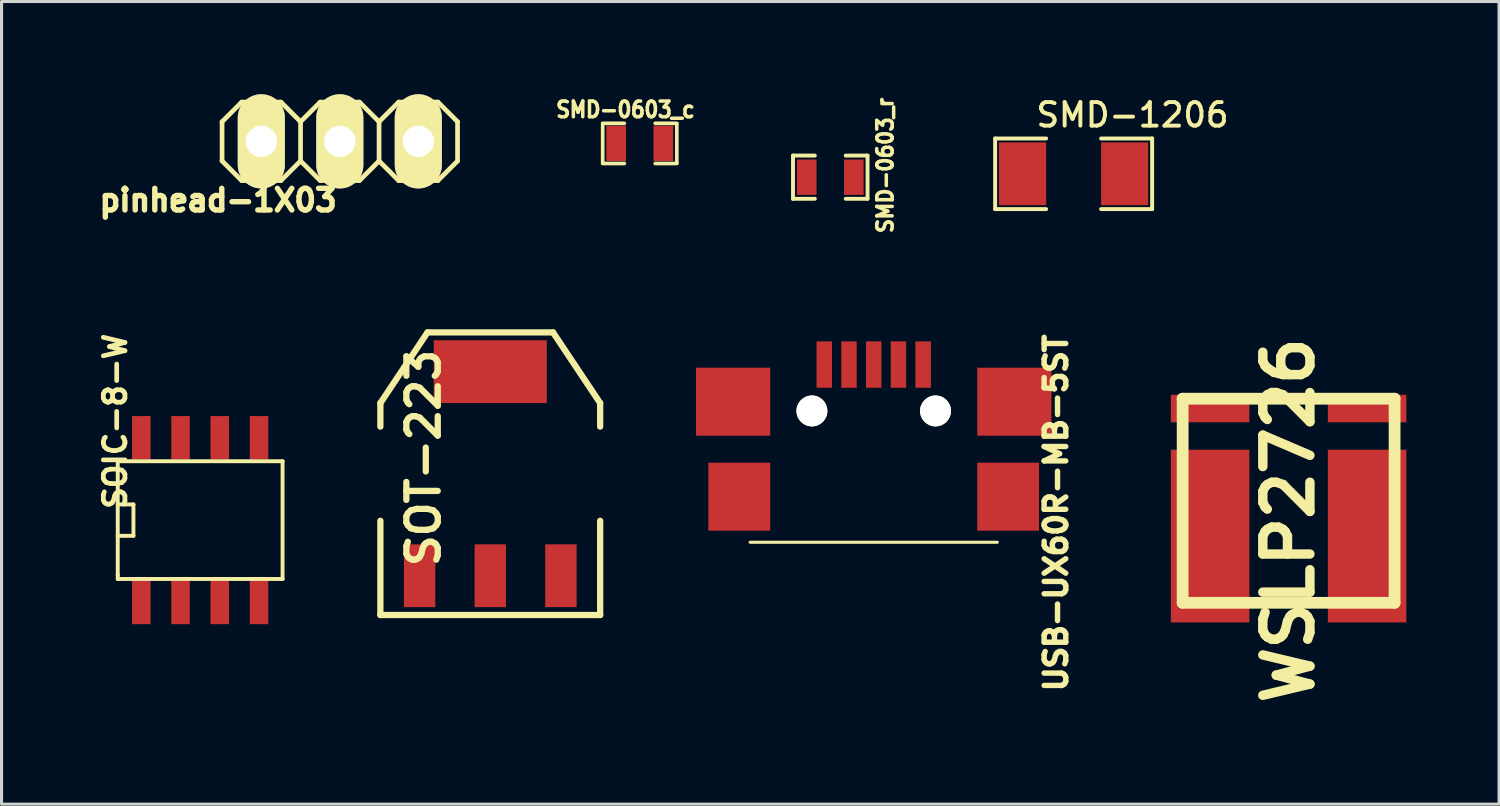
<source format=kicad_pcb>
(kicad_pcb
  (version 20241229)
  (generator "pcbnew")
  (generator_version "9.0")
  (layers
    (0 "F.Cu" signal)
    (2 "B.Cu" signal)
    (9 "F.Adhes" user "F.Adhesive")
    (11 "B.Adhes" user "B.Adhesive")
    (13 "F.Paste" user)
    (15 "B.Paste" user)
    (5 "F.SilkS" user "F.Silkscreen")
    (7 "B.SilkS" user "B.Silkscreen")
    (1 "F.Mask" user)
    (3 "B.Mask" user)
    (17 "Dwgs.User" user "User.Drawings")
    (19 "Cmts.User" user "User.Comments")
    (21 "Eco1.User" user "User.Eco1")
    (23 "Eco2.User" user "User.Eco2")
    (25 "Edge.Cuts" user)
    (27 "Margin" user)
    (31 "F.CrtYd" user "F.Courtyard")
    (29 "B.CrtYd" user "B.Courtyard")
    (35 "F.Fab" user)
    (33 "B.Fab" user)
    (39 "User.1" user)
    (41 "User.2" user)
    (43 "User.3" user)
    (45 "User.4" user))
  (footprint "SMD-1206"
    (layer "F.Cu")
    (at 31.692 2.574)
    (property "Reference" "SMD-1206" (at 1.905 -1.905 0) (layer "F.SilkS") (effects (font (size 0.762 0.762) (thickness 0.127))))
    (attr smd)
    (fp_line (start -2.54 -1.143) (end -2.54 1.143) (stroke (width 0.127) (type solid)) (layer "F.SilkS"))
    (fp_line (start -2.54 1.143) (end -0.889 1.143) (stroke (width 0.127) (type solid)) (layer "F.SilkS"))
    (fp_line (start -0.889 -1.143) (end -2.54 -1.143) (stroke (width 0.127) (type solid)) (layer "F.SilkS"))
    (fp_line (start 0.889 -1.143) (end 2.54 -1.143) (stroke (width 0.127) (type solid)) (layer "F.SilkS"))
    (fp_line (start 2.54 -1.143) (end 2.54 1.143) (stroke (width 0.127) (type solid)) (layer "F.SilkS"))
    (fp_line (start 2.54 1.143) (end 0.889 1.143) (stroke (width 0.127) (type solid)) (layer "F.SilkS"))
    (pad "1" smd rect (at -1.651 0 180) (size 1.524 2.032) (layers "F.Cu" "F.Mask" "F.Paste"))
    (pad "2" smd rect (at 1.651 0 180) (size 1.524 2.032) (layers "F.Cu" "F.Mask" "F.Paste")))
  (footprint "pinhead-1X03"
    (layer "F.Cu")
    (at 7.946 1.524)
    (property "Reference" "pinhead-1X03" (at -3.937 1.905 0) (layer "F.SilkS") (effects (font (size 0.7 0.7) (thickness 0.175))))
    (attr through_hole)
    (fp_line (start -3.81 -0.635) (end -3.81 0.635) (stroke (width 0.152) (type solid)) (layer "F.SilkS"))
    (fp_line (start -3.81 0.635) (end -3.175 1.27) (stroke (width 0.152) (type solid)) (layer "F.SilkS"))
    (fp_line (start -3.175 -1.27) (end -3.81 -0.635) (stroke (width 0.152) (type solid)) (layer "F.SilkS"))
    (fp_line (start -3.175 -1.27) (end -1.905 -1.27) (stroke (width 0.152) (type solid)) (layer "F.SilkS"))
    (fp_line (start -2.794 -0.254) (end -2.286 -0.254) (stroke (width 0.066) (type solid)) (layer "F.SilkS"))
    (fp_line (start -2.794 0.254) (end -2.794 -0.254) (stroke (width 0.066) (type solid)) (layer "F.SilkS"))
    (fp_line (start -2.794 0.254) (end -2.286 0.254) (stroke (width 0.066) (type solid)) (layer "F.SilkS"))
    (fp_line (start -2.286 0.254) (end -2.286 -0.254) (stroke (width 0.066) (type solid)) (layer "F.SilkS"))
    (fp_line (start -1.905 -1.27) (end -1.27 -0.635) (stroke (width 0.152) (type solid)) (layer "F.SilkS"))
    (fp_line (start -1.905 1.27) (end -3.175 1.27) (stroke (width 0.152) (type solid)) (layer "F.SilkS"))
    (fp_line (start -1.27 -0.635) (end -1.27 0.635) (stroke (width 0.152) (type solid)) (layer "F.SilkS"))
    (fp_line (start -1.27 -0.635) (end -0.635 -1.27) (stroke (width 0.152) (type solid)) (layer "F.SilkS"))
    (fp_line (start -1.27 0.635) (end -1.905 1.27) (stroke (width 0.152) (type solid)) (layer "F.SilkS"))
    (fp_line (start -0.635 -1.27) (end 0.635 -1.27) (stroke (width 0.152) (type solid)) (layer "F.SilkS"))
    (fp_line (start -0.635 1.27) (end -1.27 0.635) (stroke (width 0.152) (type solid)) (layer "F.SilkS"))
    (fp_line (start -0.254 -0.254) (end 0.254 -0.254) (stroke (width 0.066) (type solid)) (layer "F.SilkS"))
    (fp_line (start -0.254 0.254) (end -0.254 -0.254) (stroke (width 0.066) (type solid)) (layer "F.SilkS"))
    (fp_line (start -0.254 0.254) (end 0.254 0.254) (stroke (width 0.066) (type solid)) (layer "F.SilkS"))
    (fp_line (start 0.254 0.254) (end 0.254 -0.254) (stroke (width 0.066) (type solid)) (layer "F.SilkS"))
    (fp_line (start 0.635 -1.27) (end 1.27 -0.635) (stroke (width 0.152) (type solid)) (layer "F.SilkS"))
    (fp_line (start 0.635 1.27) (end -0.635 1.27) (stroke (width 0.152) (type solid)) (layer "F.SilkS"))
    (fp_line (start 1.27 -0.635) (end 1.27 0.635) (stroke (width 0.152) (type solid)) (layer "F.SilkS"))
    (fp_line (start 1.27 -0.635) (end 1.905 -1.27) (stroke (width 0.152) (type solid)) (layer "F.SilkS"))
    (fp_line (start 1.27 0.635) (end 0.635 1.27) (stroke (width 0.152) (type solid)) (layer "F.SilkS"))
    (fp_line (start 1.905 -1.27) (end 3.175 -1.27) (stroke (width 0.152) (type solid)) (layer "F.SilkS"))
    (fp_line (start 1.905 1.27) (end 1.27 0.635) (stroke (width 0.152) (type solid)) (layer "F.SilkS"))
    (fp_line (start 2.286 -0.254) (end 2.794 -0.254) (stroke (width 0.066) (type solid)) (layer "F.SilkS"))
    (fp_line (start 2.286 0.254) (end 2.286 -0.254) (stroke (width 0.066) (type solid)) (layer "F.SilkS"))
    (fp_line (start 2.286 0.254) (end 2.794 0.254) (stroke (width 0.066) (type solid)) (layer "F.SilkS"))
    (fp_line (start 2.794 0.254) (end 2.794 -0.254) (stroke (width 0.066) (type solid)) (layer "F.SilkS"))
    (fp_line (start 3.175 -1.27) (end 3.81 -0.635) (stroke (width 0.152) (type solid)) (layer "F.SilkS"))
    (fp_line (start 3.175 1.27) (end 1.905 1.27) (stroke (width 0.152) (type solid)) (layer "F.SilkS"))
    (fp_line (start 3.81 -0.635) (end 3.81 0.635) (stroke (width 0.152) (type solid)) (layer "F.SilkS"))
    (fp_line (start 3.81 0.635) (end 3.175 1.27) (stroke (width 0.152) (type solid)) (layer "F.SilkS"))
    (pad "1" thru_hole oval (at -2.54 0) (size 1.524 3.048) (drill 1.016) (layers "*.Cu" "*.Mask" "F.SilkS"))
    (pad "2" thru_hole oval (at 0 0) (size 1.524 3.048) (drill 1.016) (layers "*.Cu" "*.Mask" "F.SilkS"))
    (pad "3" thru_hole oval (at 2.54 0) (size 1.524 3.048) (drill 1.016) (layers "*.Cu" "*.Mask" "F.SilkS")))
  (footprint "WSLP2726"
    (layer "F.Cu")
    (at 38.649 11.249)
    (property "Reference" "WSLP2726" (at 0 2.54 90) (layer "F.SilkS") (effects (font (size 1.524 1.524) (thickness 0.305))))
    (attr smd)
    (fp_line (start -3.429 -1.397) (end -3.429 5.207) (stroke (width 0.381) (type solid)) (layer "F.SilkS"))
    (fp_line (start -3.429 5.207) (end 3.429 5.207) (stroke (width 0.381) (type solid)) (layer "F.SilkS"))
    (fp_line (start 3.429 -1.397) (end -3.429 -1.397) (stroke (width 0.381) (type solid)) (layer "F.SilkS"))
    (fp_line (start 3.429 5.207) (end 3.429 -1.397) (stroke (width 0.381) (type solid)) (layer "F.SilkS"))
    (pad "1" smd rect (at -2.54 3.048 180) (size 2.54 5.588) (layers "F.Cu" "F.Mask" "F.Paste"))
    (pad "2" smd rect (at 2.54 3.048 180) (size 2.54 5.588) (layers "F.Cu" "F.Mask" "F.Paste"))
    (pad "3" smd rect (at -2.54 -1.079 180) (size 2.54 0.889) (layers "F.Cu" "F.Mask" "F.Paste"))
    (pad "4" smd rect (at 2.54 -1.079 180) (size 2.54 0.889) (layers "F.Cu" "F.Mask" "F.Paste")))
  (footprint "SMD-0603_c"
    (layer "F.Cu")
    (at 17.652 1.591)
    (property "Reference" "SMD-0603_c" (at -0.462 -1.093 0) (layer "F.SilkS") (effects (font (size 0.508 0.457) (thickness 0.114))))
    (attr smd)
    (fp_line (start -1.199 -0.65) (end -0.5 -0.65) (stroke (width 0.119) (type solid)) (layer "F.SilkS"))
    (fp_line (start -1.199 0.635) (end -1.199 -0.635) (stroke (width 0.119) (type solid)) (layer "F.SilkS"))
    (fp_line (start -0.5 0.65) (end -1.199 0.65) (stroke (width 0.119) (type solid)) (layer "F.SilkS"))
    (fp_line (start 0.5 -0.65) (end 1.199 -0.65) (stroke (width 0.119) (type solid)) (layer "F.SilkS"))
    (fp_line (start 0.5 0.65) (end 1.199 0.65) (stroke (width 0.119) (type solid)) (layer "F.SilkS"))
    (fp_line (start 1.199 -0.635) (end 1.199 0.635) (stroke (width 0.119) (type solid)) (layer "F.SilkS"))
    (pad "1" smd rect (at -0.762 0 180) (size 0.635 1.143) (layers "F.Cu" "F.Mask" "F.Paste"))
    (pad "2" smd rect (at 0.762 0 180) (size 0.635 1.143) (layers "F.Cu" "F.Mask" "F.Paste")))
  (footprint "USB-UX60R-MB-5ST"
    (layer "F.Cu")
    (at 25.223 10.248)
    (property "Reference" "USB-UX60R-MB-5ST" (at 5.9 3.3 90) (layer "F.SilkS") (effects (font (size 0.7 0.7) (thickness 0.175))))
    (attr smd)
    (fp_line (start -4 4.25) (end 4 4.25) (stroke (width 0.099) (type solid)) (layer "F.SilkS"))
    (pad "" np_thru_hole circle (at -2 0) (size 1 1) (drill 1) (layers "*.Cu" "*.Mask" "F.SilkS"))
    (pad "" np_thru_hole circle (at 2 0) (size 1 1) (drill 1) (layers "*.Cu" "*.Mask" "F.SilkS"))
    (pad "1" smd rect (at 1.6 -1.5) (size 0.5 1.5) (layers "F.Cu" "F.Mask" "F.Paste"))
    (pad "2" smd rect (at 0.8 -1.5) (size 0.5 1.5) (layers "F.Cu" "F.Mask" "F.Paste"))
    (pad "3" smd rect (at 0 -1.5) (size 0.5 1.5) (layers "F.Cu" "F.Mask" "F.Paste"))
    (pad "4" smd rect (at -0.8 -1.5) (size 0.5 1.5) (layers "F.Cu" "F.Mask" "F.Paste"))
    (pad "5" smd rect (at -4.55 -0.3) (size 2.4 2.2) (layers "F.Cu" "F.Mask" "F.Paste"))
    (pad "5" smd rect (at -4.35 2.775) (size 2 2.2) (layers "F.Cu" "F.Mask" "F.Paste"))
    (pad "5" smd rect (at -1.6 -1.5) (size 0.5 1.5) (layers "F.Cu" "F.Mask" "F.Paste"))
    (pad "5" smd rect (at 4.35 2.775) (size 2 2.2) (layers "F.Cu" "F.Mask" "F.Paste"))
    (pad "5" smd rect (at 4.55 -0.3) (size 2.4 2.2) (layers "F.Cu" "F.Mask" "F.Paste")))
  (footprint "SOT-223"
    (layer "F.Cu")
    (at 12.815 12.279)
    (property "Reference" "SOT-223" (at -2.159 -0.508 90) (layer "F.SilkS") (effects (font (size 1.016 1.016) (thickness 0.203))))
    (attr smd)
    (fp_line (start -3.556 -2.286) (end -2.032 -4.572) (stroke (width 0.203) (type solid)) (layer "F.SilkS"))
    (fp_line (start -3.556 -1.524) (end -3.556 -2.286) (stroke (width 0.203) (type solid)) (layer "F.SilkS"))
    (fp_line (start -3.556 1.524) (end -3.556 4.572) (stroke (width 0.203) (type solid)) (layer "F.SilkS"))
    (fp_line (start -3.556 4.572) (end 3.556 4.572) (stroke (width 0.203) (type solid)) (layer "F.SilkS"))
    (fp_line (start -2.032 -4.572) (end 2.032 -4.572) (stroke (width 0.203) (type solid)) (layer "F.SilkS"))
    (fp_line (start 2.032 -4.572) (end 3.556 -2.286) (stroke (width 0.203) (type solid)) (layer "F.SilkS"))
    (fp_line (start 3.556 -2.286) (end 3.556 -1.524) (stroke (width 0.203) (type solid)) (layer "F.SilkS"))
    (fp_line (start 3.556 4.572) (end 3.556 1.524) (stroke (width 0.203) (type solid)) (layer "F.SilkS"))
    (pad "1" smd rect (at -2.286 3.302 180) (size 1.016 2.032) (layers "F.Cu" "F.Mask" "F.Paste"))
    (pad "2" smd rect (at 0 -3.302 180) (size 3.658 2.032) (layers "F.Cu" "F.Mask" "F.Paste"))
    (pad "2" smd rect (at 0 3.302 180) (size 1.016 2.032) (layers "F.Cu" "F.Mask" "F.Paste"))
    (pad "3" smd rect (at 2.286 3.302 180) (size 1.016 2.032) (layers "F.Cu" "F.Mask" "F.Paste")))
  (footprint "SMD-0603_r"
    (layer "F.Cu")
    (at 23.817 2.684)
    (property "Reference" "SMD-0603_r" (at 1.778 -0.381 90) (layer "F.SilkS") (effects (font (size 0.5 0.457) (thickness 0.114))))
    (attr smd)
    (fp_line (start -1.206 -0.699) (end -1.206 0.699) (stroke (width 0.127) (type solid)) (layer "F.SilkS"))
    (fp_line (start -1.206 0.699) (end -0.5 0.699) (stroke (width 0.127) (type solid)) (layer "F.SilkS"))
    (fp_line (start -0.5 -0.699) (end -1.206 -0.699) (stroke (width 0.127) (type solid)) (layer "F.SilkS"))
    (fp_line (start 1.206 -0.699) (end 0.5 -0.699) (stroke (width 0.127) (type solid)) (layer "F.SilkS"))
    (fp_line (start 1.206 -0.699) (end 1.206 0.699) (stroke (width 0.127) (type solid)) (layer "F.SilkS"))
    (fp_line (start 1.206 0.699) (end 0.5 0.699) (stroke (width 0.127) (type solid)) (layer "F.SilkS"))
    (pad "1" smd rect (at -0.762 0 180) (size 0.635 1.143) (layers "F.Cu" "F.Mask" "F.Paste"))
    (pad "2" smd rect (at 0.762 0 180) (size 0.635 1.143) (layers "F.Cu" "F.Mask" "F.Paste")))
  (footprint "SOIC-8-W"
    (layer "F.Cu")
    (at 3.427 13.781)
    (property "Reference" "SOIC-8-W" (at -2.75 -3.2 90) (layer "F.SilkS") (effects (font (size 0.7 0.7) (thickness 0.152))))
    (attr smd)
    (fp_line (start -2.667 -1.905) (end -2.667 1.778) (stroke (width 0.127) (type solid)) (layer "F.SilkS"))
    (fp_line (start -2.667 -0.508) (end -2.159 -0.508) (stroke (width 0.127) (type solid)) (layer "F.SilkS"))
    (fp_line (start -2.667 1.778) (end -2.667 1.905) (stroke (width 0.127) (type solid)) (layer "F.SilkS"))
    (fp_line (start -2.667 1.905) (end 2.667 1.905) (stroke (width 0.127) (type solid)) (layer "F.SilkS"))
    (fp_line (start -2.159 -0.508) (end -2.159 0.508) (stroke (width 0.127) (type solid)) (layer "F.SilkS"))
    (fp_line (start -2.159 0.508) (end -2.667 0.508) (stroke (width 0.127) (type solid)) (layer "F.SilkS"))
    (fp_line (start 2.667 -1.905) (end -2.667 -1.905) (stroke (width 0.127) (type solid)) (layer "F.SilkS"))
    (fp_line (start 2.667 -1.905) (end 2.667 1.905) (stroke (width 0.127) (type solid)) (layer "F.SilkS"))
    (pad "1" smd rect (at -1.905 2.667) (size 0.599 1.4) (layers "F.Cu" "F.Mask" "F.Paste"))
    (pad "2" smd rect (at -0.635 2.667) (size 0.599 1.4) (layers "F.Cu" "F.Mask" "F.Paste"))
    (pad "3" smd rect (at 0.635 2.667) (size 0.599 1.4) (layers "F.Cu" "F.Mask" "F.Paste"))
    (pad "4" smd rect (at 1.905 2.667) (size 0.599 1.4) (layers "F.Cu" "F.Mask" "F.Paste"))
    (pad "5" smd rect (at 1.905 -2.667) (size 0.599 1.4) (layers "F.Cu" "F.Mask" "F.Paste"))
    (pad "6" smd rect (at 0.635 -2.667) (size 0.599 1.4) (layers "F.Cu" "F.Mask" "F.Paste"))
    (pad "7" smd rect (at -0.635 -2.667) (size 0.599 1.4) (layers "F.Cu" "F.Mask" "F.Paste"))
    (pad "8" smd rect (at -1.905 -2.667) (size 0.599 1.4) (layers "F.Cu" "F.Mask" "F.Paste")))
  (gr_rect
    (start -3 -3)
    (end 45.459 22.972)
    (stroke (width 0.1) (type default))
    (fill no)
    (layer "Edge.Cuts")))
</source>
